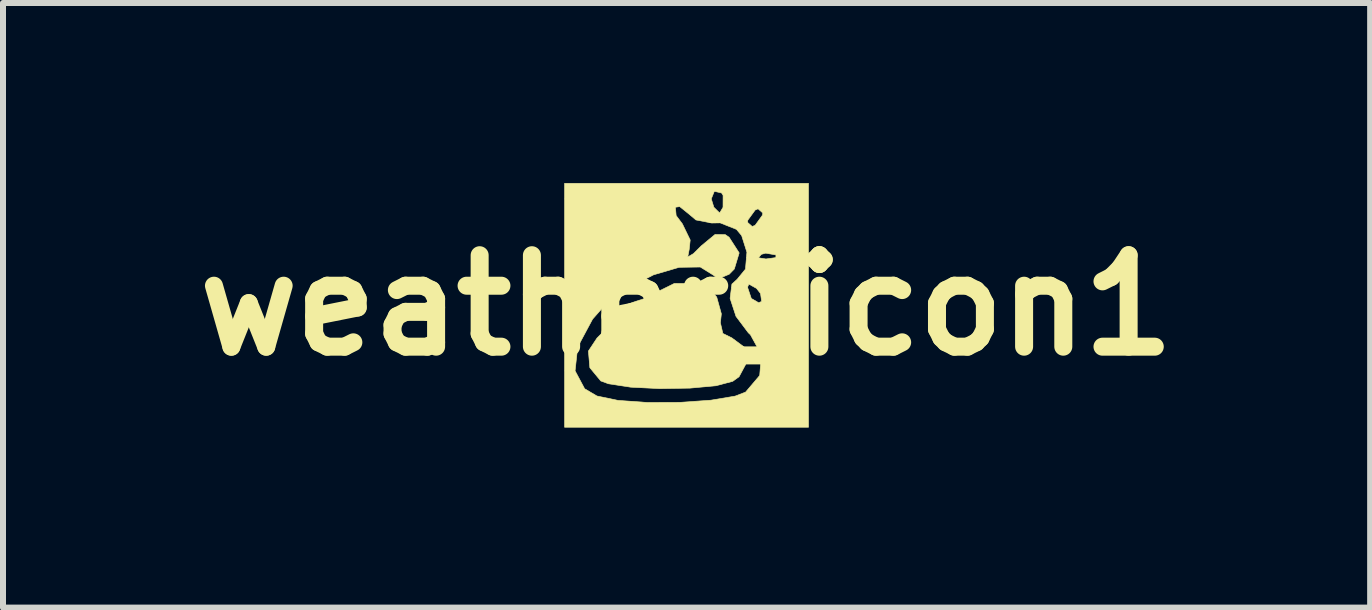
<source format=kicad_pcb>
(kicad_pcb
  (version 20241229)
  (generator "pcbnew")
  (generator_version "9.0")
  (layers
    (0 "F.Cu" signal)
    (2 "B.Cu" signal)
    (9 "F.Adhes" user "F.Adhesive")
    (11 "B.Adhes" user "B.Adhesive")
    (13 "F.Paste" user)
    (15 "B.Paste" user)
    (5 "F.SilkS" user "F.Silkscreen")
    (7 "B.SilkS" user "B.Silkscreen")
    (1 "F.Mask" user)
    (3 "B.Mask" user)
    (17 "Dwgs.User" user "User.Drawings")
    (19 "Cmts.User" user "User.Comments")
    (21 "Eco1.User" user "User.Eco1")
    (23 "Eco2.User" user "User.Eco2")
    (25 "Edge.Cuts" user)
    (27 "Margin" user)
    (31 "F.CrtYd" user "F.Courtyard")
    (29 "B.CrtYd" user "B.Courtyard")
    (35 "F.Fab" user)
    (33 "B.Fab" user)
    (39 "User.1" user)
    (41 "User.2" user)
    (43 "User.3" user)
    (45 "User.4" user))
  (footprint "weather_icon1"
    (layer "F.Cu")
    (at 8.389 2.037)
    (property "Reference" "weather_icon1" (at 0 0 0) (layer "F.SilkS") (effects (font (size 1.524 1.524) (thickness 0.3))))
    (attr through_hole)
    (fp_poly (pts (xy 0.139 -0.363) (xy 0.426 -0.232) (xy 0.503 -0.136) (xy 0.58 0.142) (xy 0.564 0.292) (xy 0.605 0.469) (xy 0.755 0.543) (xy 0.965 0.699) (xy 1.005 0.948) (xy 0.875 1.19) (xy 0.77 1.266) (xy 0.492 1.34) (xy 0.056 1.38) (xy -0.448 1.388) (xy -0.931 1.364) (xy -1.302 1.307) (xy -1.429 1.26) (xy -1.611 1.04) (xy -1.635 0.762) (xy -1.492 0.546) (xy -1.304 0.357) (xy -1.192 0.191) (xy -0.999 -0.012) (xy -0.848 -0.065) (xy -0.583 -0.151) (xy -0.487 -0.224) (xy -0.204 -0.364) (xy 0.139 -0.363)) (stroke (width 0.01) (type solid)) (fill yes) (layer "F.SilkS"))
    (fp_poly (pts (xy 2.032 2.032) (xy -2.032 2.032) (xy -2.032 1.092) (xy -1.857 1.092) (xy -1.698 1.39) (xy -1.493 1.511) (xy -1.143 1.584) (xy -0.655 1.619) (xy -0.111 1.617) (xy 0.405 1.581) (xy 0.81 1.513) (xy 0.984 1.446) (xy 1.219 1.169) (xy 1.247 0.823) (xy 1.065 0.491) (xy 1.029 0.457) (xy 0.824 0.184) (xy 0.726 -0.115) (xy 0.749 -0.301) (xy 1.016 -0.301) (xy 1.079 -0.114) (xy 1.204 -0.042) (xy 1.251 -0.066) (xy 1.233 -0.196) (xy 1.166 -0.282) (xy 1.038 -0.353) (xy 1.016 -0.301) (xy 0.749 -0.301) (xy 0.756 -0.354) (xy 0.844 -0.434) (xy 0.982 -0.603) (xy 0.998 -0.792) (xy 1.198 -0.792) (xy 1.323 -0.772) (xy 1.488 -0.795) (xy 1.49 -0.839) (xy 1.32 -0.869) (xy 1.246 -0.849) (xy 1.198 -0.792) (xy 0.998 -0.792) (xy 1.006 -0.884) (xy 0.918 -1.162) (xy 0.832 -1.265) (xy 0.559 -1.374) (xy 0.419 -1.371) (xy 0.363 -1.382) (xy 1.016 -1.382) (xy 1.094 -1.313) (xy 1.143 -1.333) (xy 1.265 -1.502) (xy 1.27 -1.539) (xy 1.192 -1.608) (xy 1.143 -1.587) (xy 1.021 -1.419) (xy 1.016 -1.382) (xy 0.363 -1.382) (xy 0.157 -1.422) (xy 0.042 -1.519) (xy -0.114 -1.645) (xy -0.186 -1.634) (xy -0.173 -1.495) (xy -0.07 -1.358) (xy 0.061 -1.088) (xy 0.044 -0.93) (xy 0.02 -0.805) (xy 0.115 -0.861) (xy 0.246 -0.991) (xy 0.475 -1.18) (xy 0.645 -1.178) (xy 0.709 -1.134) (xy 0.877 -0.873) (xy 0.796 -0.605) (xy 0.71 -0.517) (xy 0.521 -0.441) (xy 0.448 -0.502) (xy 0.229 -0.638) (xy -0.124 -0.633) (xy -0.549 -0.508) (xy -0.985 -0.286) (xy -1.372 0.011) (xy -1.566 0.231) (xy -1.814 0.694) (xy -1.857 1.092) (xy -2.032 1.092) (xy -2.032 -1.774) (xy 0.412 -1.774) (xy 0.455 -1.634) (xy 0.552 -1.538) (xy 0.608 -1.633) (xy 0.609 -1.832) (xy 0.585 -1.871) (xy 0.463 -1.9) (xy 0.412 -1.774) (xy -2.032 -1.774) (xy -2.032 -2.032) (xy 2.032 -2.032) (xy 2.032 2.032)) (stroke (width 0.01) (type solid)) (fill yes) (layer "F.SilkS")))
  (gr_rect
    (start -3 -3)
    (end 19.779 7.074)
    (stroke (width 0.1) (type default))
    (fill no)
    (layer "Edge.Cuts")))
</source>
